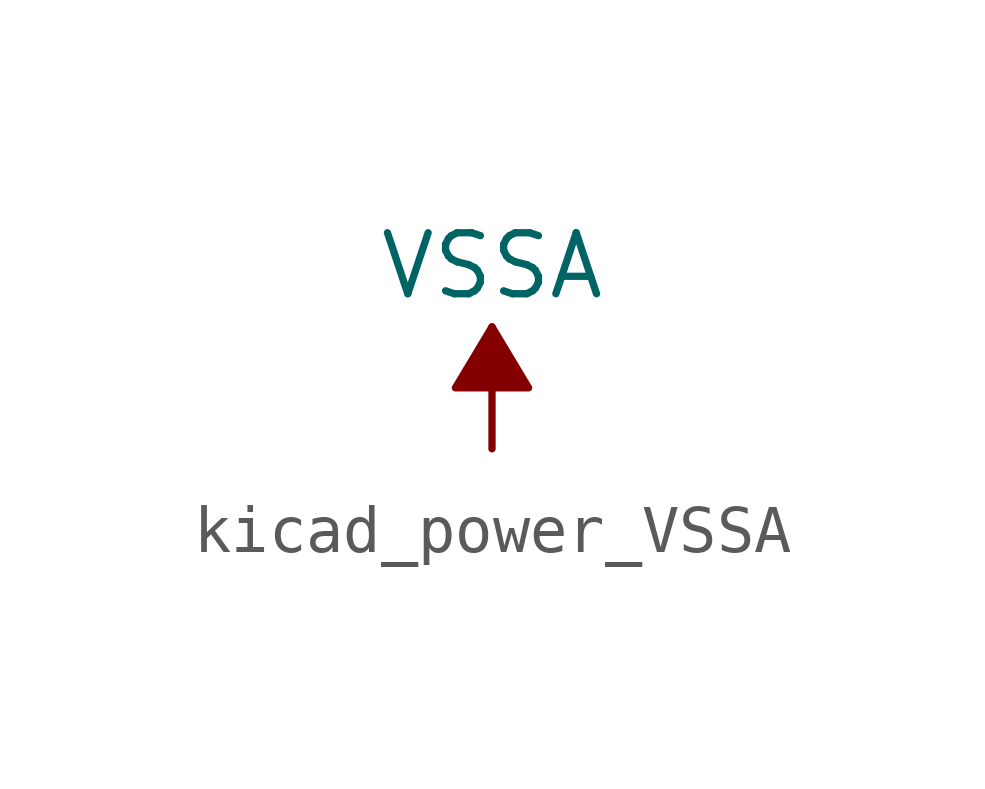
<source format=kicad_sym>
(kicad_symbol_lib
  (version 20220914)
  (generator kicad_symbol_editor)
  (symbol "kicad_power_VSSA"
    (power)
    (pin_names
      (offset 0))
    (property "Reference" "#PWR"
      (at 0 -3.81 0)
      (effects (font (size 1.27 1.27)) hide))
    (property "Value" "VSSA"
      (at 0 3.81 0)
      (effects (font (size 1.27 1.27))))
    (symbol "kicad_power_VSSA_0_1"
      (polyline (pts (xy 0 0) (xy 0 2.54)) (stroke (width 0) (type default)) (fill (type none)))
      (polyline (pts (xy 0.762 1.27) (xy -0.762 1.27) (xy 0 2.54) (xy 0.762 1.27)) (stroke (width 0) (type default)) (fill (type outline))))
    (symbol "kicad_power_VSSA_1_1"
      (pin power_in line (at 0 0 90) (length 0) hide (name "VSSA" (effects (font (size 1.27 1.27)))) (number "1" (effects (font (size 1.27 1.27))))))))
</source>
